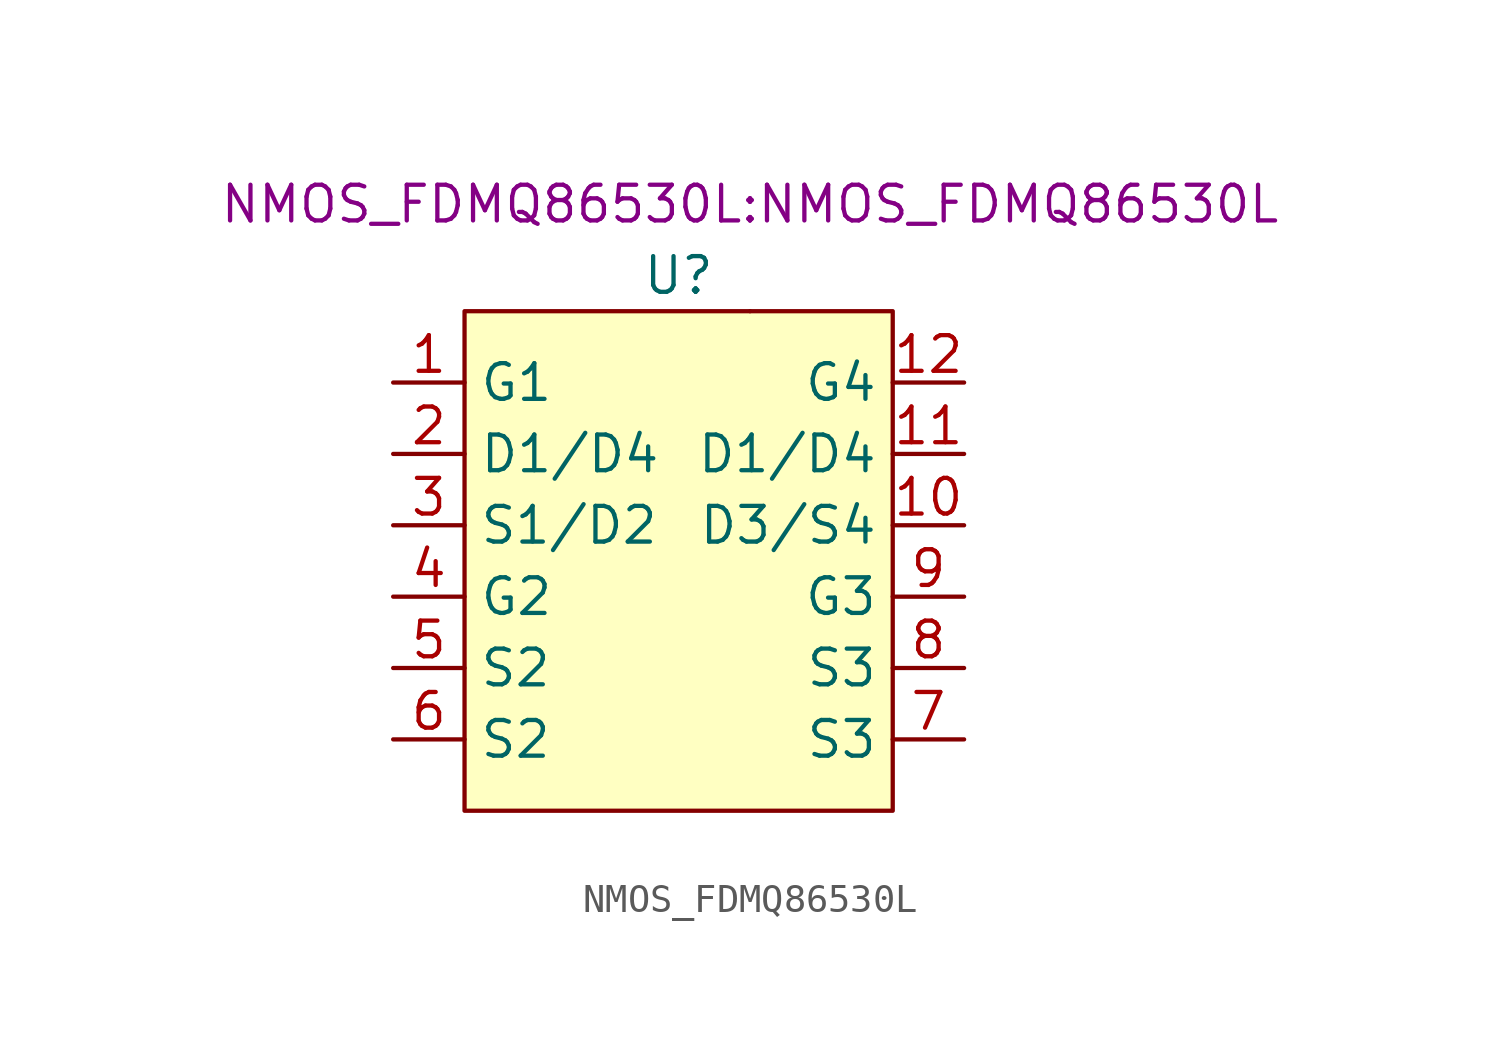
<source format=kicad_sym>
(kicad_symbol_lib
  (version 20220914)
  (generator kicad_symbol_editor)
  (symbol "NMOS_FDMQ86530L"
    (property "Reference" "U"
      (at 0 10.16 0)
      (effects (font (size 1.27 1.27))))
    (property "Value" ""
      (at -5.08 7.62 0)
      (effects (font (size 1.27 1.27))))
    (property "Footprint" "NMOS_FDMQ86530L:NMOS_FDMQ86530L"
      (at 2.54 12.7 0)
      (effects (font (size 1.27 1.27))))
    (symbol "NMOS_FDMQ86530L_0_1"
      (rectangle (start 2.54 8.89) (end 2.54 8.89) (stroke (width 0) (type default)) (fill (type none))))
    (symbol "NMOS_FDMQ86530L_1_1"
      (rectangle (start -7.62 8.89) (end 7.62 -8.89) (stroke (width 0) (type default)) (fill (type background)))
      (pin input line (at -10.16 6.35 0) (length 2.54) (name "G1" (effects (font (size 1.27 1.27)))) (number "1" (effects (font (size 1.27 1.27)))))
      (pin input line (at 10.16 1.27 180) (length 2.54) (name "D3/S4" (effects (font (size 1.27 1.27)))) (number "10" (effects (font (size 1.27 1.27)))))
      (pin input line (at 10.16 3.81 180) (length 2.54) (name "D1/D4" (effects (font (size 1.27 1.27)))) (number "11" (effects (font (size 1.27 1.27)))))
      (pin input line (at 10.16 6.35 180) (length 2.54) (name "G4" (effects (font (size 1.27 1.27)))) (number "12" (effects (font (size 1.27 1.27)))))
      (pin input line (at -10.16 1.27 0) (length 2.54) hide (name "S1/D2" (effects (font (size 1.27 1.27)))) (number "13" (effects (font (size 1.27 1.27)))))
      (pin input line (at 10.16 1.27 180) (length 2.54) hide (name "D3/S4" (effects (font (size 1.27 1.27)))) (number "14" (effects (font (size 1.27 1.27)))))
      (pin input line (at 10.16 3.81 180) (length 2.54) hide (name "D1/D4" (effects (font (size 1.27 1.27)))) (number "15" (effects (font (size 1.27 1.27)))))
      (pin input line (at -10.16 3.81 0) (length 2.54) (name "D1/D4" (effects (font (size 1.27 1.27)))) (number "2" (effects (font (size 1.27 1.27)))))
      (pin input line (at -10.16 1.27 0) (length 2.54) (name "S1/D2" (effects (font (size 1.27 1.27)))) (number "3" (effects (font (size 1.27 1.27)))))
      (pin input line (at -10.16 -1.27 0) (length 2.54) (name "G2" (effects (font (size 1.27 1.27)))) (number "4" (effects (font (size 1.27 1.27)))))
      (pin input line (at -10.16 -3.81 0) (length 2.54) (name "S2" (effects (font (size 1.27 1.27)))) (number "5" (effects (font (size 1.27 1.27)))))
      (pin input line (at -10.16 -6.35 0) (length 2.54) (name "S2" (effects (font (size 1.27 1.27)))) (number "6" (effects (font (size 1.27 1.27)))))
      (pin input line (at 10.16 -6.35 180) (length 2.54) (name "S3" (effects (font (size 1.27 1.27)))) (number "7" (effects (font (size 1.27 1.27)))))
      (pin input line (at 10.16 -3.81 180) (length 2.54) (name "S3" (effects (font (size 1.27 1.27)))) (number "8" (effects (font (size 1.27 1.27)))))
      (pin input line (at 10.16 -1.27 180) (length 2.54) (name "G3" (effects (font (size 1.27 1.27)))) (number "9" (effects (font (size 1.27 1.27))))))))
</source>
